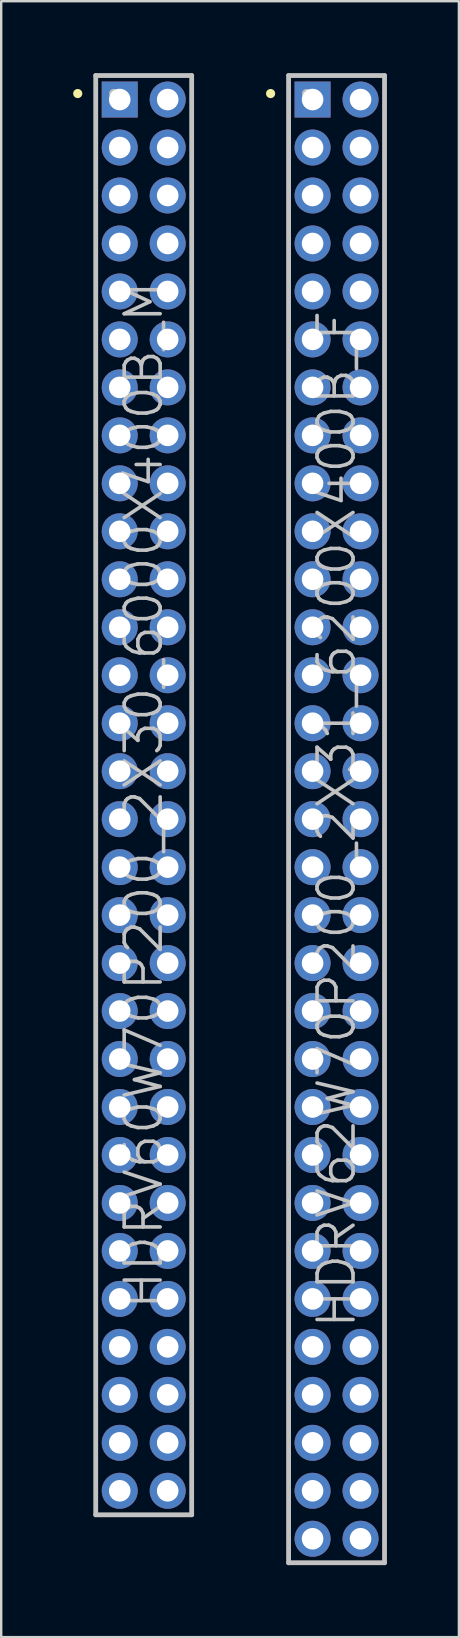
<source format=kicad_pcb>
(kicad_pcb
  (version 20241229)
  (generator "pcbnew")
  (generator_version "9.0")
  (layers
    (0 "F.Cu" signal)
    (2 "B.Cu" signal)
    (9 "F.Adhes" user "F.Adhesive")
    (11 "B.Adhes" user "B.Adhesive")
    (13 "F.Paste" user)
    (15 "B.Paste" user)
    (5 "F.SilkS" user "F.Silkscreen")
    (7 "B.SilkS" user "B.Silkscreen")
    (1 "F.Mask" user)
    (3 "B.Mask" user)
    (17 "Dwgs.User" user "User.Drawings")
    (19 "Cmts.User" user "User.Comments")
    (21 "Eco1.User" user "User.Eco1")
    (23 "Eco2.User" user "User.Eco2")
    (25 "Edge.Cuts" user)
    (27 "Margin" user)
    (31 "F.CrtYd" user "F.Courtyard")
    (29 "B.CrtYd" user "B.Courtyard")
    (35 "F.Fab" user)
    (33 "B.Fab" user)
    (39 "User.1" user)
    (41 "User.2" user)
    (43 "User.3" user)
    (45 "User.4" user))
  (footprint "HDRV60W70P200_2X30_6000X400B_M"
    (layer "F.Cu")
    (at 2.941 30.1)
    (property "Reference" "HDRV60W70P200_2X30_6000X400B_M" (at 0 0 90) (layer "Dwgs.User") (effects (font (size 1.5 1.5) (thickness 0.15))))
    (attr through_hole)
    (fp_line (start -2.75 -29.25) (end -2.75 -29.25) (stroke (width 0.381) (type solid)) (layer "F.SilkS"))
    (fp_line (start -2 -30) (end -2 30) (stroke (width 0.2) (type solid)) (layer "Dwgs.User"))
    (fp_line (start -2 -30) (end 2 -30) (stroke (width 0.2) (type solid)) (layer "Dwgs.User"))
    (fp_line (start -2 30) (end 2 30) (stroke (width 0.2) (type solid)) (layer "Dwgs.User"))
    (fp_line (start -1.25 -29.25) (end -1.25 -29.25) (stroke (width 0.381) (type solid)) (layer "Dwgs.User"))
    (fp_line (start 2 -30) (end 2 30) (stroke (width 0.2) (type solid)) (layer "Dwgs.User"))
    (pad "1" thru_hole rect (at -1 -29) (size 1.5 1.5) (drill 0.9) (layers "*.Cu" "*.Mask"))
    (pad "2" thru_hole circle (at 1 -29 270) (size 1.5 1.5) (drill 0.9) (layers "*.Cu" "*.Mask"))
    (pad "3" thru_hole circle (at -1 -27 270) (size 1.5 1.5) (drill 0.9) (layers "*.Cu" "*.Mask"))
    (pad "4" thru_hole circle (at 1 -27 270) (size 1.5 1.5) (drill 0.9) (layers "*.Cu" "*.Mask"))
    (pad "5" thru_hole circle (at -1 -25 270) (size 1.5 1.5) (drill 0.9) (layers "*.Cu" "*.Mask"))
    (pad "6" thru_hole circle (at 1 -25 270) (size 1.5 1.5) (drill 0.9) (layers "*.Cu" "*.Mask"))
    (pad "7" thru_hole circle (at -1 -23 270) (size 1.5 1.5) (drill 0.9) (layers "*.Cu" "*.Mask"))
    (pad "8" thru_hole circle (at 1 -23 270) (size 1.5 1.5) (drill 0.9) (layers "*.Cu" "*.Mask"))
    (pad "9" thru_hole circle (at -1 -21 270) (size 1.5 1.5) (drill 0.9) (layers "*.Cu" "*.Mask"))
    (pad "10" thru_hole circle (at 1 -21 270) (size 1.5 1.5) (drill 0.9) (layers "*.Cu" "*.Mask"))
    (pad "11" thru_hole circle (at -1 -19 270) (size 1.5 1.5) (drill 0.9) (layers "*.Cu" "*.Mask"))
    (pad "12" thru_hole circle (at 1 -19 270) (size 1.5 1.5) (drill 0.9) (layers "*.Cu" "*.Mask"))
    (pad "13" thru_hole circle (at -1 -17 270) (size 1.5 1.5) (drill 0.9) (layers "*.Cu" "*.Mask"))
    (pad "14" thru_hole circle (at 1 -17 270) (size 1.5 1.5) (drill 0.9) (layers "*.Cu" "*.Mask"))
    (pad "15" thru_hole circle (at -1 -15 270) (size 1.5 1.5) (drill 0.9) (layers "*.Cu" "*.Mask"))
    (pad "16" thru_hole circle (at 1 -15 270) (size 1.5 1.5) (drill 0.9) (layers "*.Cu" "*.Mask"))
    (pad "17" thru_hole circle (at -1 -13 270) (size 1.5 1.5) (drill 0.9) (layers "*.Cu" "*.Mask"))
    (pad "18" thru_hole circle (at 1 -13 270) (size 1.5 1.5) (drill 0.9) (layers "*.Cu" "*.Mask"))
    (pad "19" thru_hole circle (at -1 -11 270) (size 1.5 1.5) (drill 0.9) (layers "*.Cu" "*.Mask"))
    (pad "20" thru_hole circle (at 1 -11 270) (size 1.5 1.5) (drill 0.9) (layers "*.Cu" "*.Mask"))
    (pad "21" thru_hole circle (at -1 -9 270) (size 1.5 1.5) (drill 0.9) (layers "*.Cu" "*.Mask"))
    (pad "22" thru_hole circle (at 1 -9 270) (size 1.5 1.5) (drill 0.9) (layers "*.Cu" "*.Mask"))
    (pad "23" thru_hole circle (at -1 -7 270) (size 1.5 1.5) (drill 0.9) (layers "*.Cu" "*.Mask"))
    (pad "24" thru_hole circle (at 1 -7 270) (size 1.5 1.5) (drill 0.9) (layers "*.Cu" "*.Mask"))
    (pad "25" thru_hole circle (at -1 -5 270) (size 1.5 1.5) (drill 0.9) (layers "*.Cu" "*.Mask"))
    (pad "26" thru_hole circle (at 1 -5 270) (size 1.5 1.5) (drill 0.9) (layers "*.Cu" "*.Mask"))
    (pad "27" thru_hole circle (at -1 -3 270) (size 1.5 1.5) (drill 0.9) (layers "*.Cu" "*.Mask"))
    (pad "28" thru_hole circle (at 1 -3 270) (size 1.5 1.5) (drill 0.9) (layers "*.Cu" "*.Mask"))
    (pad "29" thru_hole circle (at -1 -1 270) (size 1.5 1.5) (drill 0.9) (layers "*.Cu" "*.Mask"))
    (pad "30" thru_hole circle (at 1 -1 270) (size 1.5 1.5) (drill 0.9) (layers "*.Cu" "*.Mask"))
    (pad "31" thru_hole circle (at -1 1 270) (size 1.5 1.5) (drill 0.9) (layers "*.Cu" "*.Mask"))
    (pad "32" thru_hole circle (at 1 1 270) (size 1.5 1.5) (drill 0.9) (layers "*.Cu" "*.Mask"))
    (pad "33" thru_hole circle (at -1 3 270) (size 1.5 1.5) (drill 0.9) (layers "*.Cu" "*.Mask"))
    (pad "34" thru_hole circle (at 1 3 270) (size 1.5 1.5) (drill 0.9) (layers "*.Cu" "*.Mask"))
    (pad "35" thru_hole circle (at -1 5 270) (size 1.5 1.5) (drill 0.9) (layers "*.Cu" "*.Mask"))
    (pad "36" thru_hole circle (at 1 5 270) (size 1.5 1.5) (drill 0.9) (layers "*.Cu" "*.Mask"))
    (pad "37" thru_hole circle (at -1 7 270) (size 1.5 1.5) (drill 0.9) (layers "*.Cu" "*.Mask"))
    (pad "38" thru_hole circle (at 1 7 270) (size 1.5 1.5) (drill 0.9) (layers "*.Cu" "*.Mask"))
    (pad "39" thru_hole circle (at -1 9 270) (size 1.5 1.5) (drill 0.9) (layers "*.Cu" "*.Mask"))
    (pad "40" thru_hole circle (at 1 9 270) (size 1.5 1.5) (drill 0.9) (layers "*.Cu" "*.Mask"))
    (pad "41" thru_hole circle (at -1 11 270) (size 1.5 1.5) (drill 0.9) (layers "*.Cu" "*.Mask"))
    (pad "42" thru_hole circle (at 1 11 270) (size 1.5 1.5) (drill 0.9) (layers "*.Cu" "*.Mask"))
    (pad "43" thru_hole circle (at -1 13 270) (size 1.5 1.5) (drill 0.9) (layers "*.Cu" "*.Mask"))
    (pad "44" thru_hole circle (at 1 13 270) (size 1.5 1.5) (drill 0.9) (layers "*.Cu" "*.Mask"))
    (pad "45" thru_hole circle (at -1 15 270) (size 1.5 1.5) (drill 0.9) (layers "*.Cu" "*.Mask"))
    (pad "46" thru_hole circle (at 1 15 270) (size 1.5 1.5) (drill 0.9) (layers "*.Cu" "*.Mask"))
    (pad "47" thru_hole circle (at -1 17 270) (size 1.5 1.5) (drill 0.9) (layers "*.Cu" "*.Mask"))
    (pad "48" thru_hole circle (at 1 17 270) (size 1.5 1.5) (drill 0.9) (layers "*.Cu" "*.Mask"))
    (pad "49" thru_hole circle (at -1 19 270) (size 1.5 1.5) (drill 0.9) (layers "*.Cu" "*.Mask"))
    (pad "50" thru_hole circle (at 1 19 270) (size 1.5 1.5) (drill 0.9) (layers "*.Cu" "*.Mask"))
    (pad "51" thru_hole circle (at -1 21 270) (size 1.5 1.5) (drill 0.9) (layers "*.Cu" "*.Mask"))
    (pad "52" thru_hole circle (at 1 21 270) (size 1.5 1.5) (drill 0.9) (layers "*.Cu" "*.Mask"))
    (pad "53" thru_hole circle (at -1 23 270) (size 1.5 1.5) (drill 0.9) (layers "*.Cu" "*.Mask"))
    (pad "54" thru_hole circle (at 1 23 270) (size 1.5 1.5) (drill 0.9) (layers "*.Cu" "*.Mask"))
    (pad "55" thru_hole circle (at -1 25 270) (size 1.5 1.5) (drill 0.9) (layers "*.Cu" "*.Mask"))
    (pad "56" thru_hole circle (at 1 25 270) (size 1.5 1.5) (drill 0.9) (layers "*.Cu" "*.Mask"))
    (pad "57" thru_hole circle (at -1 27 270) (size 1.5 1.5) (drill 0.9) (layers "*.Cu" "*.Mask"))
    (pad "58" thru_hole circle (at 1 27 270) (size 1.5 1.5) (drill 0.9) (layers "*.Cu" "*.Mask"))
    (pad "59" thru_hole circle (at -1 29 270) (size 1.5 1.5) (drill 0.9) (layers "*.Cu" "*.Mask"))
    (pad "60" thru_hole circle (at 1 29 270) (size 1.5 1.5) (drill 0.9) (layers "*.Cu" "*.Mask")))
  (footprint "HDRV62W70P200_2X31_6200X400B_F"
    (layer "F.Cu")
    (at 10.981 31.1)
    (property "Reference" "HDRV62W70P200_2X31_6200X400B_F" (at 0 0 90) (layer "Dwgs.User") (effects (font (size 1.5 1.5) (thickness 0.15))))
    (attr through_hole)
    (fp_line (start -2.75 -30.25) (end -2.75 -30.25) (stroke (width 0.381) (type solid)) (layer "F.SilkS"))
    (fp_line (start -2 -31) (end -2 31) (stroke (width 0.2) (type solid)) (layer "Dwgs.User"))
    (fp_line (start -2 -31) (end 2 -31) (stroke (width 0.2) (type solid)) (layer "Dwgs.User"))
    (fp_line (start -2 31) (end 2 31) (stroke (width 0.2) (type solid)) (layer "Dwgs.User"))
    (fp_line (start -1.25 -30.25) (end -1.25 -30.25) (stroke (width 0.381) (type solid)) (layer "Dwgs.User"))
    (fp_line (start 2 -31) (end 2 31) (stroke (width 0.2) (type solid)) (layer "Dwgs.User"))
    (pad "1" thru_hole rect (at -1 -30) (size 1.5 1.5) (drill 0.9) (layers "*.Cu" "*.Mask"))
    (pad "2" thru_hole circle (at 1 -30 270) (size 1.5 1.5) (drill 0.9) (layers "*.Cu" "*.Mask"))
    (pad "3" thru_hole circle (at -1 -28 270) (size 1.5 1.5) (drill 0.9) (layers "*.Cu" "*.Mask"))
    (pad "4" thru_hole circle (at 1 -28 270) (size 1.5 1.5) (drill 0.9) (layers "*.Cu" "*.Mask"))
    (pad "5" thru_hole circle (at -1 -26 270) (size 1.5 1.5) (drill 0.9) (layers "*.Cu" "*.Mask"))
    (pad "6" thru_hole circle (at 1 -26 270) (size 1.5 1.5) (drill 0.9) (layers "*.Cu" "*.Mask"))
    (pad "7" thru_hole circle (at -1 -24 270) (size 1.5 1.5) (drill 0.9) (layers "*.Cu" "*.Mask"))
    (pad "8" thru_hole circle (at 1 -24 270) (size 1.5 1.5) (drill 0.9) (layers "*.Cu" "*.Mask"))
    (pad "9" thru_hole circle (at -1 -22 270) (size 1.5 1.5) (drill 0.9) (layers "*.Cu" "*.Mask"))
    (pad "10" thru_hole circle (at 1 -22 270) (size 1.5 1.5) (drill 0.9) (layers "*.Cu" "*.Mask"))
    (pad "11" thru_hole circle (at -1 -20 270) (size 1.5 1.5) (drill 0.9) (layers "*.Cu" "*.Mask"))
    (pad "12" thru_hole circle (at 1 -20 270) (size 1.5 1.5) (drill 0.9) (layers "*.Cu" "*.Mask"))
    (pad "13" thru_hole circle (at -1 -18 270) (size 1.5 1.5) (drill 0.9) (layers "*.Cu" "*.Mask"))
    (pad "14" thru_hole circle (at 1 -18 270) (size 1.5 1.5) (drill 0.9) (layers "*.Cu" "*.Mask"))
    (pad "15" thru_hole circle (at -1 -16 270) (size 1.5 1.5) (drill 0.9) (layers "*.Cu" "*.Mask"))
    (pad "16" thru_hole circle (at 1 -16 270) (size 1.5 1.5) (drill 0.9) (layers "*.Cu" "*.Mask"))
    (pad "17" thru_hole circle (at -1 -14 270) (size 1.5 1.5) (drill 0.9) (layers "*.Cu" "*.Mask"))
    (pad "18" thru_hole circle (at 1 -14 270) (size 1.5 1.5) (drill 0.9) (layers "*.Cu" "*.Mask"))
    (pad "19" thru_hole circle (at -1 -12 270) (size 1.5 1.5) (drill 0.9) (layers "*.Cu" "*.Mask"))
    (pad "20" thru_hole circle (at 1 -12 270) (size 1.5 1.5) (drill 0.9) (layers "*.Cu" "*.Mask"))
    (pad "21" thru_hole circle (at -1 -10 270) (size 1.5 1.5) (drill 0.9) (layers "*.Cu" "*.Mask"))
    (pad "22" thru_hole circle (at 1 -10 270) (size 1.5 1.5) (drill 0.9) (layers "*.Cu" "*.Mask"))
    (pad "23" thru_hole circle (at -1 -8 270) (size 1.5 1.5) (drill 0.9) (layers "*.Cu" "*.Mask"))
    (pad "24" thru_hole circle (at 1 -8 270) (size 1.5 1.5) (drill 0.9) (layers "*.Cu" "*.Mask"))
    (pad "25" thru_hole circle (at -1 -6 270) (size 1.5 1.5) (drill 0.9) (layers "*.Cu" "*.Mask"))
    (pad "26" thru_hole circle (at 1 -6 270) (size 1.5 1.5) (drill 0.9) (layers "*.Cu" "*.Mask"))
    (pad "27" thru_hole circle (at -1 -4 270) (size 1.5 1.5) (drill 0.9) (layers "*.Cu" "*.Mask"))
    (pad "28" thru_hole circle (at 1 -4 270) (size 1.5 1.5) (drill 0.9) (layers "*.Cu" "*.Mask"))
    (pad "29" thru_hole circle (at -1 -2 270) (size 1.5 1.5) (drill 0.9) (layers "*.Cu" "*.Mask"))
    (pad "30" thru_hole circle (at 1 -2 270) (size 1.5 1.5) (drill 0.9) (layers "*.Cu" "*.Mask"))
    (pad "31" thru_hole circle (at -1 0 270) (size 1.5 1.5) (drill 0.9) (layers "*.Cu" "*.Mask"))
    (pad "32" thru_hole circle (at 1 0 270) (size 1.5 1.5) (drill 0.9) (layers "*.Cu" "*.Mask"))
    (pad "33" thru_hole circle (at -1 2 270) (size 1.5 1.5) (drill 0.9) (layers "*.Cu" "*.Mask"))
    (pad "34" thru_hole circle (at 1 2 270) (size 1.5 1.5) (drill 0.9) (layers "*.Cu" "*.Mask"))
    (pad "35" thru_hole circle (at -1 4 270) (size 1.5 1.5) (drill 0.9) (layers "*.Cu" "*.Mask"))
    (pad "36" thru_hole circle (at 1 4 270) (size 1.5 1.5) (drill 0.9) (layers "*.Cu" "*.Mask"))
    (pad "37" thru_hole circle (at -1 6 270) (size 1.5 1.5) (drill 0.9) (layers "*.Cu" "*.Mask"))
    (pad "38" thru_hole circle (at 1 6 270) (size 1.5 1.5) (drill 0.9) (layers "*.Cu" "*.Mask"))
    (pad "39" thru_hole circle (at -1 8 270) (size 1.5 1.5) (drill 0.9) (layers "*.Cu" "*.Mask"))
    (pad "40" thru_hole circle (at 1 8 270) (size 1.5 1.5) (drill 0.9) (layers "*.Cu" "*.Mask"))
    (pad "41" thru_hole circle (at -1 10 270) (size 1.5 1.5) (drill 0.9) (layers "*.Cu" "*.Mask"))
    (pad "42" thru_hole circle (at 1 10 270) (size 1.5 1.5) (drill 0.9) (layers "*.Cu" "*.Mask"))
    (pad "43" thru_hole circle (at -1 12 270) (size 1.5 1.5) (drill 0.9) (layers "*.Cu" "*.Mask"))
    (pad "44" thru_hole circle (at 1 12 270) (size 1.5 1.5) (drill 0.9) (layers "*.Cu" "*.Mask"))
    (pad "45" thru_hole circle (at -1 14 270) (size 1.5 1.5) (drill 0.9) (layers "*.Cu" "*.Mask"))
    (pad "46" thru_hole circle (at 1 14 270) (size 1.5 1.5) (drill 0.9) (layers "*.Cu" "*.Mask"))
    (pad "47" thru_hole circle (at -1 16 270) (size 1.5 1.5) (drill 0.9) (layers "*.Cu" "*.Mask"))
    (pad "48" thru_hole circle (at 1 16 270) (size 1.5 1.5) (drill 0.9) (layers "*.Cu" "*.Mask"))
    (pad "49" thru_hole circle (at -1 18 270) (size 1.5 1.5) (drill 0.9) (layers "*.Cu" "*.Mask"))
    (pad "50" thru_hole circle (at 1 18 270) (size 1.5 1.5) (drill 0.9) (layers "*.Cu" "*.Mask"))
    (pad "51" thru_hole circle (at -1 20 270) (size 1.5 1.5) (drill 0.9) (layers "*.Cu" "*.Mask"))
    (pad "52" thru_hole circle (at 1 20 270) (size 1.5 1.5) (drill 0.9) (layers "*.Cu" "*.Mask"))
    (pad "53" thru_hole circle (at -1 22 270) (size 1.5 1.5) (drill 0.9) (layers "*.Cu" "*.Mask"))
    (pad "54" thru_hole circle (at 1 22 270) (size 1.5 1.5) (drill 0.9) (layers "*.Cu" "*.Mask"))
    (pad "55" thru_hole circle (at -1 24 270) (size 1.5 1.5) (drill 0.9) (layers "*.Cu" "*.Mask"))
    (pad "56" thru_hole circle (at 1 24 270) (size 1.5 1.5) (drill 0.9) (layers "*.Cu" "*.Mask"))
    (pad "57" thru_hole circle (at -1 26 270) (size 1.5 1.5) (drill 0.9) (layers "*.Cu" "*.Mask"))
    (pad "58" thru_hole circle (at 1 26 270) (size 1.5 1.5) (drill 0.9) (layers "*.Cu" "*.Mask"))
    (pad "59" thru_hole circle (at -1 28 270) (size 1.5 1.5) (drill 0.9) (layers "*.Cu" "*.Mask"))
    (pad "60" thru_hole circle (at 1 28 270) (size 1.5 1.5) (drill 0.9) (layers "*.Cu" "*.Mask"))
    (pad "61" thru_hole circle (at -1 30 270) (size 1.5 1.5) (drill 0.9) (layers "*.Cu" "*.Mask"))
    (pad "62" thru_hole circle (at 1 30 270) (size 1.5 1.5) (drill 0.9) (layers "*.Cu" "*.Mask")))
  (gr_rect
    (start -3 -3)
    (end 16.081 65.2)
    (stroke (width 0.1) (type default))
    (fill no)
    (layer "Edge.Cuts")))
</source>
